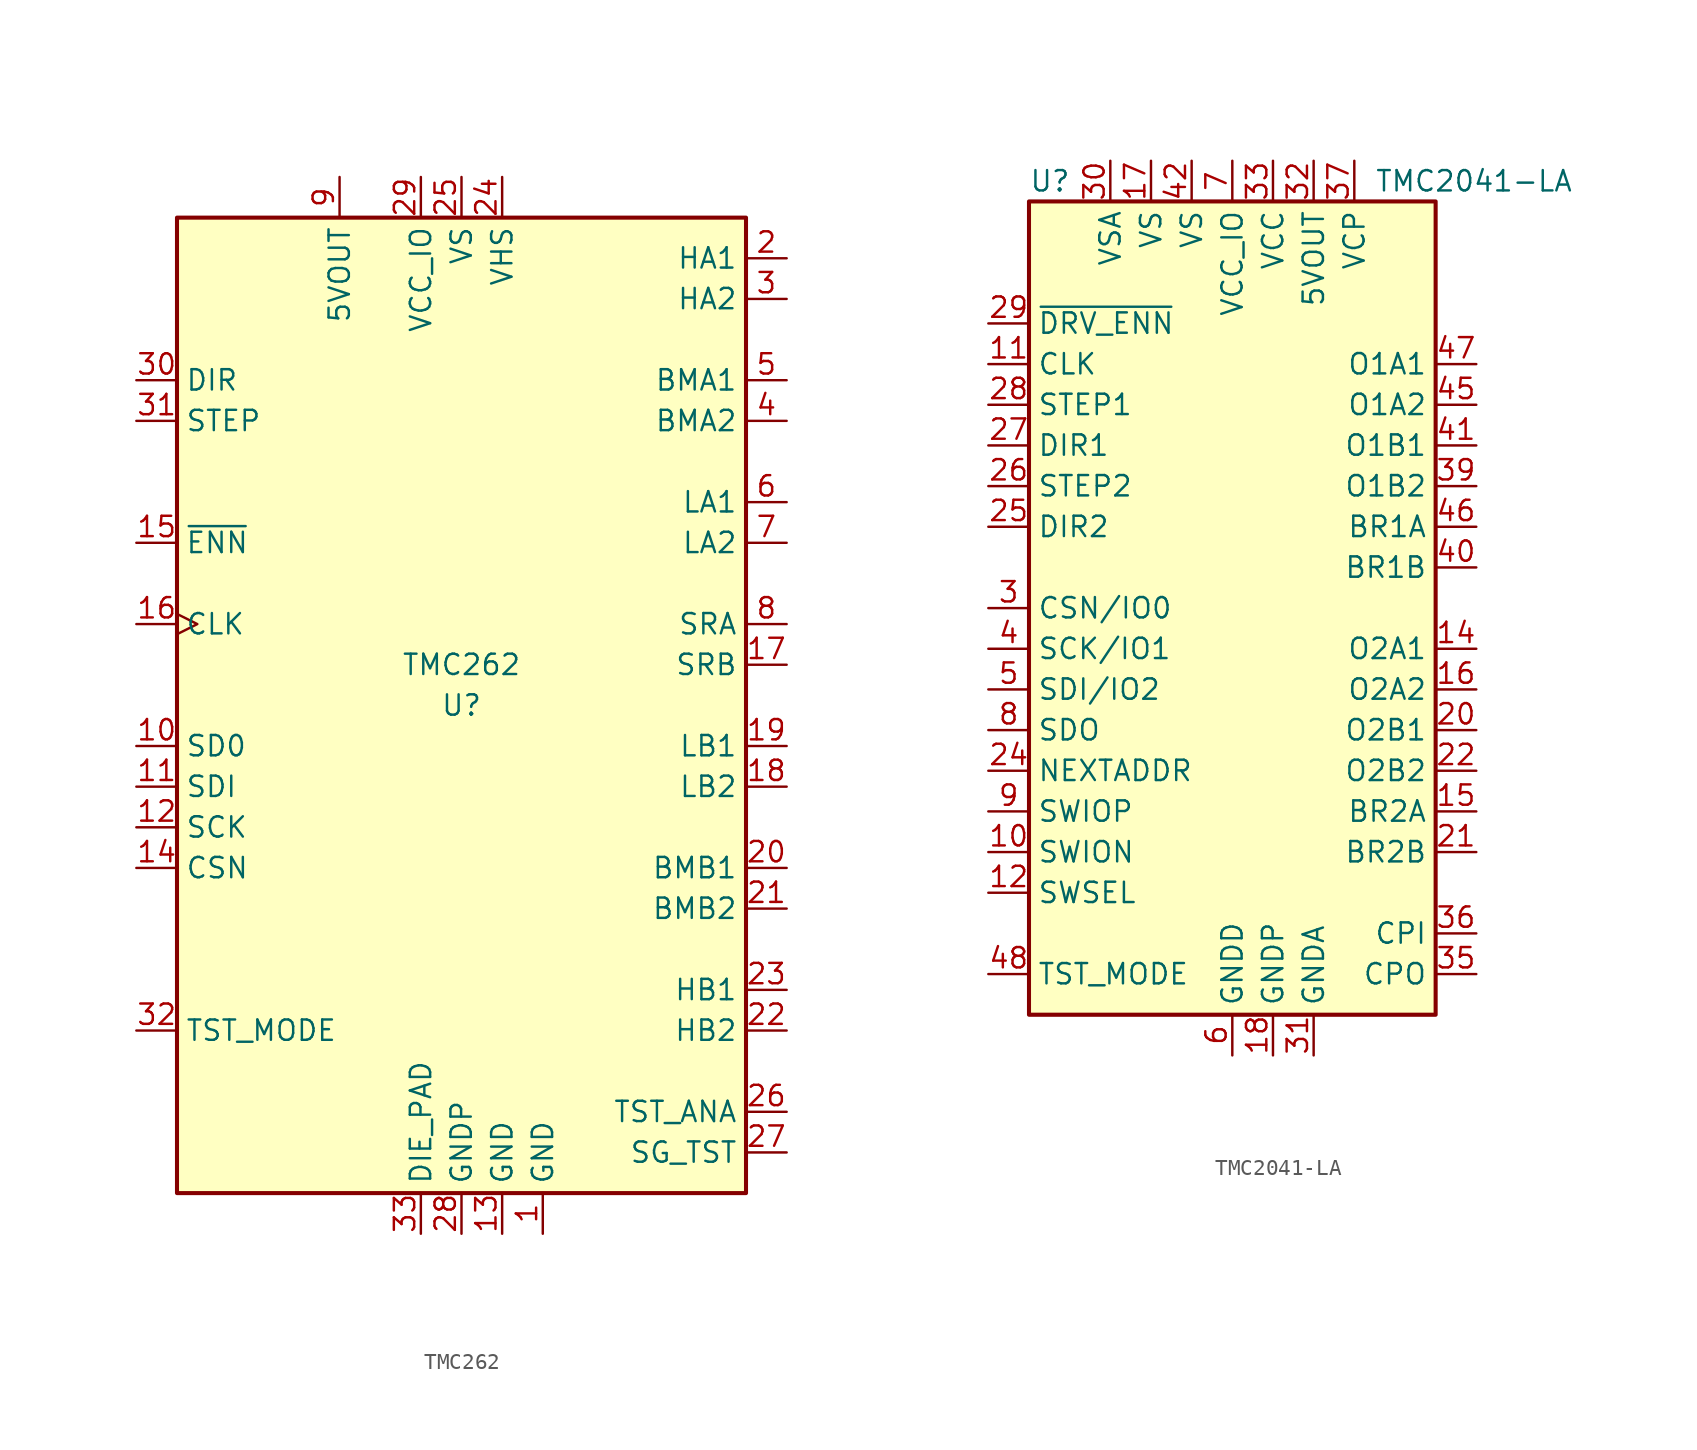
<source format=kicad_sym>
(kicad_symbol_lib
  (version 20220914)
  (generator kicad_symbol_editor)
  (symbol "TMC262"
    (property "Reference" "U"
      (at 0 0 0)
      (effects (font (size 1.27 1.27))))
    (property "Value" "TMC262"
      (at 0 2.54 0)
      (effects (font (size 1.27 1.27))))
    (symbol "TMC262_0_1"
      (rectangle (start -17.78 30.48) (end 17.78 -30.48) (stroke (width 0.254) (type default)) (fill (type background))))
    (symbol "TMC262_1_1"
      (pin power_in line (at 5.08 -33.02 90) (length 2.54) (name "GND" (effects (font (size 1.27 1.27)))) (number "1" (effects (font (size 1.27 1.27)))))
      (pin tri_state line (at -20.32 -2.54 0) (length 2.54) (name "SD0" (effects (font (size 1.27 1.27)))) (number "10" (effects (font (size 1.27 1.27)))))
      (pin input line (at -20.32 -5.08 0) (length 2.54) (name "SDI" (effects (font (size 1.27 1.27)))) (number "11" (effects (font (size 1.27 1.27)))))
      (pin input line (at -20.32 -7.62 0) (length 2.54) (name "SCK" (effects (font (size 1.27 1.27)))) (number "12" (effects (font (size 1.27 1.27)))))
      (pin power_in line (at 2.54 -33.02 90) (length 2.54) (name "GND" (effects (font (size 1.27 1.27)))) (number "13" (effects (font (size 1.27 1.27)))))
      (pin input line (at -20.32 -10.16 0) (length 2.54) (name "CSN" (effects (font (size 1.27 1.27)))) (number "14" (effects (font (size 1.27 1.27)))))
      (pin input line (at -20.32 10.16 0) (length 2.54) (name "~{ENN}" (effects (font (size 1.27 1.27)))) (number "15" (effects (font (size 1.27 1.27)))))
      (pin input clock (at -20.32 5.08 0) (length 2.54) (name "CLK" (effects (font (size 1.27 1.27)))) (number "16" (effects (font (size 1.27 1.27)))))
      (pin input line (at 20.32 2.54 180) (length 2.54) (name "SRB" (effects (font (size 1.27 1.27)))) (number "17" (effects (font (size 1.27 1.27)))))
      (pin output line (at 20.32 -5.08 180) (length 2.54) (name "LB2" (effects (font (size 1.27 1.27)))) (number "18" (effects (font (size 1.27 1.27)))))
      (pin output line (at 20.32 -2.54 180) (length 2.54) (name "LB1" (effects (font (size 1.27 1.27)))) (number "19" (effects (font (size 1.27 1.27)))))
      (pin output line (at 20.32 27.94 180) (length 2.54) (name "HA1" (effects (font (size 1.27 1.27)))) (number "2" (effects (font (size 1.27 1.27)))))
      (pin input line (at 20.32 -10.16 180) (length 2.54) (name "BMB1" (effects (font (size 1.27 1.27)))) (number "20" (effects (font (size 1.27 1.27)))))
      (pin input line (at 20.32 -12.7 180) (length 2.54) (name "BMB2" (effects (font (size 1.27 1.27)))) (number "21" (effects (font (size 1.27 1.27)))))
      (pin output line (at 20.32 -20.32 180) (length 2.54) (name "HB2" (effects (font (size 1.27 1.27)))) (number "22" (effects (font (size 1.27 1.27)))))
      (pin output line (at 20.32 -17.78 180) (length 2.54) (name "HB1" (effects (font (size 1.27 1.27)))) (number "23" (effects (font (size 1.27 1.27)))))
      (pin power_in line (at 2.54 33.02 270) (length 2.54) (name "VHS" (effects (font (size 1.27 1.27)))) (number "24" (effects (font (size 1.27 1.27)))))
      (pin power_in line (at 0 33.02 270) (length 2.54) (name "VS" (effects (font (size 1.27 1.27)))) (number "25" (effects (font (size 1.27 1.27)))))
      (pin output line (at 20.32 -25.4 180) (length 2.54) (name "TST_ANA" (effects (font (size 1.27 1.27)))) (number "26" (effects (font (size 1.27 1.27)))))
      (pin output line (at 20.32 -27.94 180) (length 2.54) (name "SG_TST" (effects (font (size 1.27 1.27)))) (number "27" (effects (font (size 1.27 1.27)))))
      (pin power_in line (at 0 -33.02 90) (length 2.54) (name "GNDP" (effects (font (size 1.27 1.27)))) (number "28" (effects (font (size 1.27 1.27)))))
      (pin power_in line (at -2.54 33.02 270) (length 2.54) (name "VCC_IO" (effects (font (size 1.27 1.27)))) (number "29" (effects (font (size 1.27 1.27)))))
      (pin output line (at 20.32 25.4 180) (length 2.54) (name "HA2" (effects (font (size 1.27 1.27)))) (number "3" (effects (font (size 1.27 1.27)))))
      (pin input line (at -20.32 20.32 0) (length 2.54) (name "DIR" (effects (font (size 1.27 1.27)))) (number "30" (effects (font (size 1.27 1.27)))))
      (pin input line (at -20.32 17.78 0) (length 2.54) (name "STEP" (effects (font (size 1.27 1.27)))) (number "31" (effects (font (size 1.27 1.27)))))
      (pin input line (at -20.32 -20.32 0) (length 2.54) (name "TST_MODE" (effects (font (size 1.27 1.27)))) (number "32" (effects (font (size 1.27 1.27)))))
      (pin input line (at -2.54 -33.02 90) (length 2.54) (name "DIE_PAD" (effects (font (size 1.27 1.27)))) (number "33" (effects (font (size 1.27 1.27)))))
      (pin input line (at 20.32 17.78 180) (length 2.54) (name "BMA2" (effects (font (size 1.27 1.27)))) (number "4" (effects (font (size 1.27 1.27)))))
      (pin input line (at 20.32 20.32 180) (length 2.54) (name "BMA1" (effects (font (size 1.27 1.27)))) (number "5" (effects (font (size 1.27 1.27)))))
      (pin output line (at 20.32 12.7 180) (length 2.54) (name "LA1" (effects (font (size 1.27 1.27)))) (number "6" (effects (font (size 1.27 1.27)))))
      (pin output line (at 20.32 10.16 180) (length 2.54) (name "LA2" (effects (font (size 1.27 1.27)))) (number "7" (effects (font (size 1.27 1.27)))))
      (pin input line (at 20.32 5.08 180) (length 2.54) (name "SRA" (effects (font (size 1.27 1.27)))) (number "8" (effects (font (size 1.27 1.27)))))
      (pin power_out line (at -7.62 33.02 270) (length 2.54) (name "5VOUT" (effects (font (size 1.27 1.27)))) (number "9" (effects (font (size 1.27 1.27)))))))
  (symbol "TMC2041-LA"
    (property "Reference" "U"
      (at -12.7 26.67 0)
      (effects (font (size 1.27 1.27)) (justify left)))
    (property "Value" "TMC2041-LA"
      (at 8.89 26.67 0)
      (effects (font (size 1.27 1.27)) (justify left)))
    (symbol "TMC2041-LA_0_1"
      (rectangle (start -12.7 25.4) (end 12.7 -25.4) (stroke (width 0.254) (type default)) (fill (type background))))
    (symbol "TMC2041-LA_1_1"
      (pin passive line (at 0 -27.94 90) (length 2.54) hide (name "GNDD" (effects (font (size 1.27 1.27)))) (number "1" (effects (font (size 1.27 1.27)))))
      (pin bidirectional line (at -15.24 -15.24 0) (length 2.54) (name "SWION" (effects (font (size 1.27 1.27)))) (number "10" (effects (font (size 1.27 1.27)))))
      (pin input line (at -15.24 15.24 0) (length 2.54) (name "CLK" (effects (font (size 1.27 1.27)))) (number "11" (effects (font (size 1.27 1.27)))))
      (pin input line (at -15.24 -17.78 0) (length 2.54) (name "SWSEL" (effects (font (size 1.27 1.27)))) (number "12" (effects (font (size 1.27 1.27)))))
      (pin passive line (at 0 -27.94 90) (length 2.54) hide (name "GNDD" (effects (font (size 1.27 1.27)))) (number "13" (effects (font (size 1.27 1.27)))))
      (pin output line (at 15.24 -2.54 180) (length 2.54) (name "O2A1" (effects (font (size 1.27 1.27)))) (number "14" (effects (font (size 1.27 1.27)))))
      (pin passive line (at 15.24 -12.7 180) (length 2.54) (name "BR2A" (effects (font (size 1.27 1.27)))) (number "15" (effects (font (size 1.27 1.27)))))
      (pin output line (at 15.24 -5.08 180) (length 2.54) (name "O2A2" (effects (font (size 1.27 1.27)))) (number "16" (effects (font (size 1.27 1.27)))))
      (pin power_in line (at -5.08 27.94 270) (length 2.54) (name "VS" (effects (font (size 1.27 1.27)))) (number "17" (effects (font (size 1.27 1.27)))))
      (pin power_in line (at 2.54 -27.94 90) (length 2.54) (name "GNDP" (effects (font (size 1.27 1.27)))) (number "18" (effects (font (size 1.27 1.27)))))
      (pin passive line (at -5.08 27.94 270) (length 2.54) hide (name "VS" (effects (font (size 1.27 1.27)))) (number "19" (effects (font (size 1.27 1.27)))))
      (pin passive line (at 0 -27.94 90) (length 2.54) hide (name "GNDD" (effects (font (size 1.27 1.27)))) (number "2" (effects (font (size 1.27 1.27)))))
      (pin output line (at 15.24 -7.62 180) (length 2.54) (name "O2B1" (effects (font (size 1.27 1.27)))) (number "20" (effects (font (size 1.27 1.27)))))
      (pin passive line (at 15.24 -15.24 180) (length 2.54) (name "BR2B" (effects (font (size 1.27 1.27)))) (number "21" (effects (font (size 1.27 1.27)))))
      (pin output line (at 15.24 -10.16 180) (length 2.54) (name "O2B2" (effects (font (size 1.27 1.27)))) (number "22" (effects (font (size 1.27 1.27)))))
      (pin passive line (at 0 -27.94 90) (length 2.54) hide (name "GNDD" (effects (font (size 1.27 1.27)))) (number "23" (effects (font (size 1.27 1.27)))))
      (pin input line (at -15.24 -10.16 0) (length 2.54) (name "NEXTADDR" (effects (font (size 1.27 1.27)))) (number "24" (effects (font (size 1.27 1.27)))))
      (pin input line (at -15.24 5.08 0) (length 2.54) (name "DIR2" (effects (font (size 1.27 1.27)))) (number "25" (effects (font (size 1.27 1.27)))))
      (pin input line (at -15.24 7.62 0) (length 2.54) (name "STEP2" (effects (font (size 1.27 1.27)))) (number "26" (effects (font (size 1.27 1.27)))))
      (pin input line (at -15.24 10.16 0) (length 2.54) (name "DIR1" (effects (font (size 1.27 1.27)))) (number "27" (effects (font (size 1.27 1.27)))))
      (pin input line (at -15.24 12.7 0) (length 2.54) (name "STEP1" (effects (font (size 1.27 1.27)))) (number "28" (effects (font (size 1.27 1.27)))))
      (pin input line (at -15.24 17.78 0) (length 2.54) (name "~{DRV_ENN}" (effects (font (size 1.27 1.27)))) (number "29" (effects (font (size 1.27 1.27)))))
      (pin bidirectional line (at -15.24 0 0) (length 2.54) (name "CSN/IO0" (effects (font (size 1.27 1.27)))) (number "3" (effects (font (size 1.27 1.27)))))
      (pin power_in line (at -7.62 27.94 270) (length 2.54) (name "VSA" (effects (font (size 1.27 1.27)))) (number "30" (effects (font (size 1.27 1.27)))))
      (pin power_in line (at 5.08 -27.94 90) (length 2.54) (name "GNDA" (effects (font (size 1.27 1.27)))) (number "31" (effects (font (size 1.27 1.27)))))
      (pin power_out line (at 5.08 27.94 270) (length 2.54) (name "5VOUT" (effects (font (size 1.27 1.27)))) (number "32" (effects (font (size 1.27 1.27)))))
      (pin power_in line (at 2.54 27.94 270) (length 2.54) (name "VCC" (effects (font (size 1.27 1.27)))) (number "33" (effects (font (size 1.27 1.27)))))
      (pin passive line (at 0 -27.94 90) (length 2.54) hide (name "GNDD" (effects (font (size 1.27 1.27)))) (number "34" (effects (font (size 1.27 1.27)))))
      (pin passive line (at 15.24 -22.86 180) (length 2.54) (name "CPO" (effects (font (size 1.27 1.27)))) (number "35" (effects (font (size 1.27 1.27)))))
      (pin passive line (at 15.24 -20.32 180) (length 2.54) (name "CPI" (effects (font (size 1.27 1.27)))) (number "36" (effects (font (size 1.27 1.27)))))
      (pin passive line (at 7.62 27.94 270) (length 2.54) (name "VCP" (effects (font (size 1.27 1.27)))) (number "37" (effects (font (size 1.27 1.27)))))
      (pin passive line (at 0 -27.94 90) (length 2.54) hide (name "GNDD" (effects (font (size 1.27 1.27)))) (number "38" (effects (font (size 1.27 1.27)))))
      (pin output line (at 15.24 7.62 180) (length 2.54) (name "O1B2" (effects (font (size 1.27 1.27)))) (number "39" (effects (font (size 1.27 1.27)))))
      (pin bidirectional line (at -15.24 -2.54 0) (length 2.54) (name "SCK/IO1" (effects (font (size 1.27 1.27)))) (number "4" (effects (font (size 1.27 1.27)))))
      (pin passive line (at 15.24 2.54 180) (length 2.54) (name "BR1B" (effects (font (size 1.27 1.27)))) (number "40" (effects (font (size 1.27 1.27)))))
      (pin output line (at 15.24 10.16 180) (length 2.54) (name "O1B1" (effects (font (size 1.27 1.27)))) (number "41" (effects (font (size 1.27 1.27)))))
      (pin power_in line (at -2.54 27.94 270) (length 2.54) (name "VS" (effects (font (size 1.27 1.27)))) (number "42" (effects (font (size 1.27 1.27)))))
      (pin passive line (at 2.54 -27.94 90) (length 2.54) hide (name "GNDP" (effects (font (size 1.27 1.27)))) (number "43" (effects (font (size 1.27 1.27)))))
      (pin passive line (at -2.54 27.94 270) (length 2.54) hide (name "VS" (effects (font (size 1.27 1.27)))) (number "44" (effects (font (size 1.27 1.27)))))
      (pin output line (at 15.24 12.7 180) (length 2.54) (name "O1A2" (effects (font (size 1.27 1.27)))) (number "45" (effects (font (size 1.27 1.27)))))
      (pin passive line (at 15.24 5.08 180) (length 2.54) (name "BR1A" (effects (font (size 1.27 1.27)))) (number "46" (effects (font (size 1.27 1.27)))))
      (pin output line (at 15.24 15.24 180) (length 2.54) (name "O1A1" (effects (font (size 1.27 1.27)))) (number "47" (effects (font (size 1.27 1.27)))))
      (pin input line (at -15.24 -22.86 0) (length 2.54) (name "TST_MODE" (effects (font (size 1.27 1.27)))) (number "48" (effects (font (size 1.27 1.27)))))
      (pin passive line (at 0 -27.94 90) (length 2.54) hide (name "GNDD" (effects (font (size 1.27 1.27)))) (number "49" (effects (font (size 1.27 1.27)))))
      (pin bidirectional line (at -15.24 -5.08 0) (length 2.54) (name "SDI/IO2" (effects (font (size 1.27 1.27)))) (number "5" (effects (font (size 1.27 1.27)))))
      (pin power_in line (at 0 -27.94 90) (length 2.54) (name "GNDD" (effects (font (size 1.27 1.27)))) (number "6" (effects (font (size 1.27 1.27)))))
      (pin power_in line (at 0 27.94 270) (length 2.54) (name "VCC_IO" (effects (font (size 1.27 1.27)))) (number "7" (effects (font (size 1.27 1.27)))))
      (pin bidirectional line (at -15.24 -7.62 0) (length 2.54) (name "SDO" (effects (font (size 1.27 1.27)))) (number "8" (effects (font (size 1.27 1.27)))))
      (pin bidirectional line (at -15.24 -12.7 0) (length 2.54) (name "SWIOP" (effects (font (size 1.27 1.27)))) (number "9" (effects (font (size 1.27 1.27))))))))
</source>
